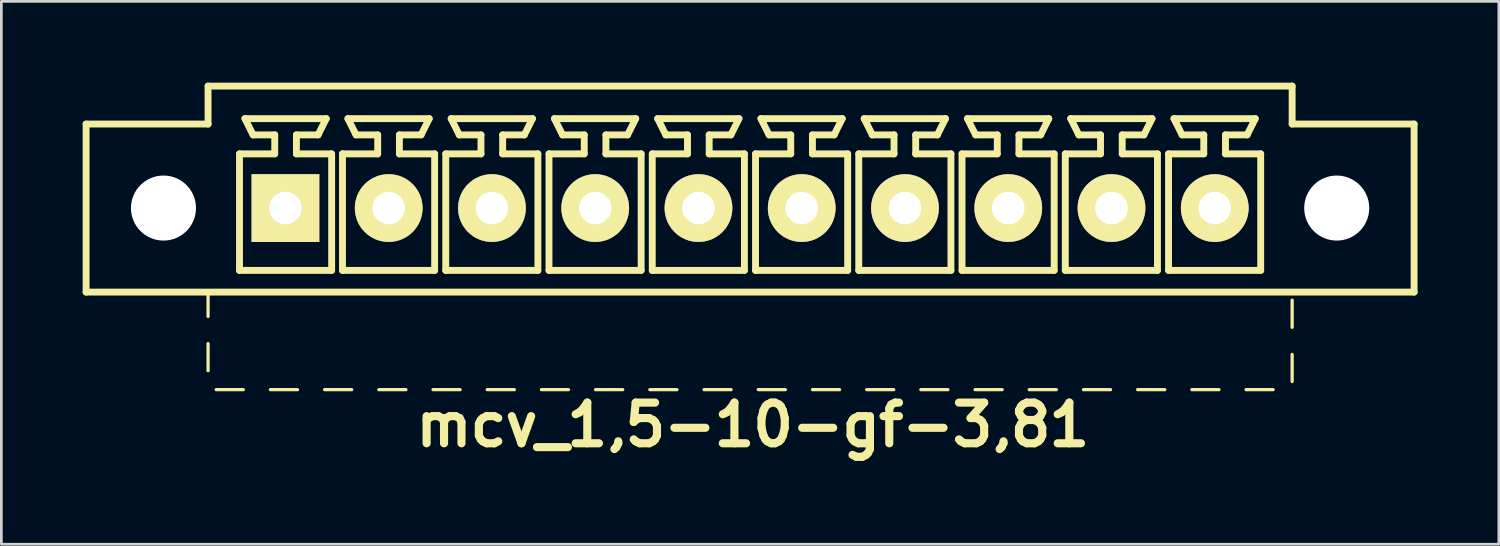
<source format=kicad_pcb>
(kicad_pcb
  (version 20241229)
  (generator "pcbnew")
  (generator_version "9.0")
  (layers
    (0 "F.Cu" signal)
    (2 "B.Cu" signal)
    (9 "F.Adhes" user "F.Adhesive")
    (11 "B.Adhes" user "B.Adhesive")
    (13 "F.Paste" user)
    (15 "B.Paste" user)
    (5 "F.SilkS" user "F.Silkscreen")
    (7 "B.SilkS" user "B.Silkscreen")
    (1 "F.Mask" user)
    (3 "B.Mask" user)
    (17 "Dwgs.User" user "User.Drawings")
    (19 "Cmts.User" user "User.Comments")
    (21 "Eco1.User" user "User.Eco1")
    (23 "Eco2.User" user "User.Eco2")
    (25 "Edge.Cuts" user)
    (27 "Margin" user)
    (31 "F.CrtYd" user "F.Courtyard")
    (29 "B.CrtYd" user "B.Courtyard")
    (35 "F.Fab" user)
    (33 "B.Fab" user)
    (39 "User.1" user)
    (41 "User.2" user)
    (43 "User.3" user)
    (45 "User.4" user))
  (footprint "mcv_1,5-10-gf-3,81"
    (layer "F.Cu")
    (at 24.627 4.627)
    (property "Reference" "mcv_1,5-10-gf-3,81" (at 0.1 8 0) (layer "F.SilkS") (effects (font (size 1.5 1.5) (thickness 0.3))))
    (attr through_hole)
    (fp_line (start -24.5 3.1) (end -24.5 -3.1) (stroke (width 0.254) (type solid)) (layer "F.SilkS"))
    (fp_line (start -24.5 3.1) (end 24.5 3.1) (stroke (width 0.254) (type solid)) (layer "F.SilkS"))
    (fp_line (start -20 -4.5) (end -20 -3.1) (stroke (width 0.254) (type solid)) (layer "F.SilkS"))
    (fp_line (start -20 -4.5) (end 20 -4.5) (stroke (width 0.254) (type solid)) (layer "F.SilkS"))
    (fp_line (start -20 -3.1) (end -24.5 -3.1) (stroke (width 0.254) (type solid)) (layer "F.SilkS"))
    (fp_line (start -20 3.1) (end -20 4) (stroke (width 0.12) (type solid)) (layer "F.SilkS"))
    (fp_line (start -20 5) (end -20 6) (stroke (width 0.12) (type solid)) (layer "F.SilkS"))
    (fp_line (start -19.7 6.7) (end -18.7 6.7) (stroke (width 0.12) (type solid)) (layer "F.SilkS"))
    (fp_line (start -18.84 -2) (end -17.54 -2) (stroke (width 0.254) (type solid)) (layer "F.SilkS"))
    (fp_line (start -18.84 2.3) (end -18.84 -2) (stroke (width 0.254) (type solid)) (layer "F.SilkS"))
    (fp_line (start -18.64 -3.3) (end -15.64 -3.3) (stroke (width 0.254) (type solid)) (layer "F.SilkS"))
    (fp_line (start -18.34 -2.7) (end -18.64 -3.3) (stroke (width 0.254) (type solid)) (layer "F.SilkS"))
    (fp_line (start -17.7 6.7) (end -16.7 6.7) (stroke (width 0.12) (type solid)) (layer "F.SilkS"))
    (fp_line (start -17.54 -2.7) (end -18.34 -2.7) (stroke (width 0.254) (type solid)) (layer "F.SilkS"))
    (fp_line (start -17.54 -2) (end -17.54 -2.7) (stroke (width 0.254) (type solid)) (layer "F.SilkS"))
    (fp_line (start -16.74 -2.7) (end -16.74 -2) (stroke (width 0.254) (type solid)) (layer "F.SilkS"))
    (fp_line (start -16.74 -2) (end -15.44 -2) (stroke (width 0.254) (type solid)) (layer "F.SilkS"))
    (fp_line (start -15.94 -2.7) (end -16.74 -2.7) (stroke (width 0.254) (type solid)) (layer "F.SilkS"))
    (fp_line (start -15.94 -2.7) (end -15.64 -3.3) (stroke (width 0.254) (type solid)) (layer "F.SilkS"))
    (fp_line (start -15.7 6.7) (end -14.7 6.7) (stroke (width 0.12) (type solid)) (layer "F.SilkS"))
    (fp_line (start -15.44 -2) (end -15.44 2.3) (stroke (width 0.254) (type solid)) (layer "F.SilkS"))
    (fp_line (start -15.44 2.3) (end -18.84 2.3) (stroke (width 0.254) (type solid)) (layer "F.SilkS"))
    (fp_line (start -15.04 -2) (end -13.74 -2) (stroke (width 0.254) (type solid)) (layer "F.SilkS"))
    (fp_line (start -15.04 2.3) (end -15.04 -2) (stroke (width 0.254) (type solid)) (layer "F.SilkS"))
    (fp_line (start -14.84 -3.3) (end -11.84 -3.3) (stroke (width 0.254) (type solid)) (layer "F.SilkS"))
    (fp_line (start -14.54 -2.7) (end -14.84 -3.3) (stroke (width 0.254) (type solid)) (layer "F.SilkS"))
    (fp_line (start -13.74 -2.7) (end -14.54 -2.7) (stroke (width 0.254) (type solid)) (layer "F.SilkS"))
    (fp_line (start -13.74 -2) (end -13.74 -2.7) (stroke (width 0.254) (type solid)) (layer "F.SilkS"))
    (fp_line (start -13.7 6.7) (end -12.7 6.7) (stroke (width 0.12) (type solid)) (layer "F.SilkS"))
    (fp_line (start -12.94 -2.7) (end -12.94 -2) (stroke (width 0.254) (type solid)) (layer "F.SilkS"))
    (fp_line (start -12.94 -2) (end -11.64 -2) (stroke (width 0.254) (type solid)) (layer "F.SilkS"))
    (fp_line (start -12.14 -2.7) (end -12.94 -2.7) (stroke (width 0.254) (type solid)) (layer "F.SilkS"))
    (fp_line (start -12.14 -2.7) (end -11.84 -3.3) (stroke (width 0.254) (type solid)) (layer "F.SilkS"))
    (fp_line (start -11.7 6.7) (end -10.7 6.7) (stroke (width 0.12) (type solid)) (layer "F.SilkS"))
    (fp_line (start -11.64 -2) (end -11.64 2.3) (stroke (width 0.254) (type solid)) (layer "F.SilkS"))
    (fp_line (start -11.64 2.3) (end -15.04 2.3) (stroke (width 0.254) (type solid)) (layer "F.SilkS"))
    (fp_line (start -11.23 -2) (end -9.93 -2) (stroke (width 0.254) (type solid)) (layer "F.SilkS"))
    (fp_line (start -11.23 2.3) (end -11.23 -2) (stroke (width 0.254) (type solid)) (layer "F.SilkS"))
    (fp_line (start -11.03 -3.3) (end -8.03 -3.3) (stroke (width 0.254) (type solid)) (layer "F.SilkS"))
    (fp_line (start -10.73 -2.7) (end -11.03 -3.3) (stroke (width 0.254) (type solid)) (layer "F.SilkS"))
    (fp_line (start -9.93 -2.7) (end -10.73 -2.7) (stroke (width 0.254) (type solid)) (layer "F.SilkS"))
    (fp_line (start -9.93 -2) (end -9.93 -2.7) (stroke (width 0.254) (type solid)) (layer "F.SilkS"))
    (fp_line (start -9.7 6.7) (end -8.7 6.7) (stroke (width 0.12) (type solid)) (layer "F.SilkS"))
    (fp_line (start -9.13 -2.7) (end -9.13 -2) (stroke (width 0.254) (type solid)) (layer "F.SilkS"))
    (fp_line (start -9.13 -2) (end -7.83 -2) (stroke (width 0.254) (type solid)) (layer "F.SilkS"))
    (fp_line (start -8.33 -2.7) (end -9.13 -2.7) (stroke (width 0.254) (type solid)) (layer "F.SilkS"))
    (fp_line (start -8.33 -2.7) (end -8.03 -3.3) (stroke (width 0.254) (type solid)) (layer "F.SilkS"))
    (fp_line (start -7.83 -2) (end -7.83 2.3) (stroke (width 0.254) (type solid)) (layer "F.SilkS"))
    (fp_line (start -7.83 2.3) (end -11.23 2.3) (stroke (width 0.254) (type solid)) (layer "F.SilkS"))
    (fp_line (start -7.7 6.7) (end -6.7 6.7) (stroke (width 0.12) (type solid)) (layer "F.SilkS"))
    (fp_line (start -7.42 -2) (end -6.12 -2) (stroke (width 0.254) (type solid)) (layer "F.SilkS"))
    (fp_line (start -7.42 2.3) (end -7.42 -2) (stroke (width 0.254) (type solid)) (layer "F.SilkS"))
    (fp_line (start -7.22 -3.3) (end -4.22 -3.3) (stroke (width 0.254) (type solid)) (layer "F.SilkS"))
    (fp_line (start -6.92 -2.7) (end -7.22 -3.3) (stroke (width 0.254) (type solid)) (layer "F.SilkS"))
    (fp_line (start -6.12 -2.7) (end -6.92 -2.7) (stroke (width 0.254) (type solid)) (layer "F.SilkS"))
    (fp_line (start -6.12 -2) (end -6.12 -2.7) (stroke (width 0.254) (type solid)) (layer "F.SilkS"))
    (fp_line (start -5.7 6.7) (end -4.7 6.7) (stroke (width 0.12) (type solid)) (layer "F.SilkS"))
    (fp_line (start -5.32 -2.7) (end -5.32 -2) (stroke (width 0.254) (type solid)) (layer "F.SilkS"))
    (fp_line (start -5.32 -2) (end -4.02 -2) (stroke (width 0.254) (type solid)) (layer "F.SilkS"))
    (fp_line (start -4.52 -2.7) (end -5.32 -2.7) (stroke (width 0.254) (type solid)) (layer "F.SilkS"))
    (fp_line (start -4.52 -2.7) (end -4.22 -3.3) (stroke (width 0.254) (type solid)) (layer "F.SilkS"))
    (fp_line (start -4.02 -2) (end -4.02 2.3) (stroke (width 0.254) (type solid)) (layer "F.SilkS"))
    (fp_line (start -4.02 2.3) (end -7.42 2.3) (stroke (width 0.254) (type solid)) (layer "F.SilkS"))
    (fp_line (start -3.7 6.7) (end -2.7 6.7) (stroke (width 0.12) (type solid)) (layer "F.SilkS"))
    (fp_line (start -3.61 -2) (end -2.31 -2) (stroke (width 0.254) (type solid)) (layer "F.SilkS"))
    (fp_line (start -3.61 2.3) (end -3.61 -2) (stroke (width 0.254) (type solid)) (layer "F.SilkS"))
    (fp_line (start -3.41 -3.3) (end -0.41 -3.3) (stroke (width 0.254) (type solid)) (layer "F.SilkS"))
    (fp_line (start -3.11 -2.7) (end -3.41 -3.3) (stroke (width 0.254) (type solid)) (layer "F.SilkS"))
    (fp_line (start -2.31 -2.7) (end -3.11 -2.7) (stroke (width 0.254) (type solid)) (layer "F.SilkS"))
    (fp_line (start -2.31 -2) (end -2.31 -2.7) (stroke (width 0.254) (type solid)) (layer "F.SilkS"))
    (fp_line (start -1.7 6.7) (end -0.7 6.7) (stroke (width 0.12) (type solid)) (layer "F.SilkS"))
    (fp_line (start -1.51 -2.7) (end -1.51 -2) (stroke (width 0.254) (type solid)) (layer "F.SilkS"))
    (fp_line (start -1.51 -2) (end -0.21 -2) (stroke (width 0.254) (type solid)) (layer "F.SilkS"))
    (fp_line (start -0.71 -2.7) (end -1.51 -2.7) (stroke (width 0.254) (type solid)) (layer "F.SilkS"))
    (fp_line (start -0.71 -2.7) (end -0.41 -3.3) (stroke (width 0.254) (type solid)) (layer "F.SilkS"))
    (fp_line (start -0.21 -2) (end -0.21 2.3) (stroke (width 0.254) (type solid)) (layer "F.SilkS"))
    (fp_line (start -0.21 2.3) (end -3.61 2.3) (stroke (width 0.254) (type solid)) (layer "F.SilkS"))
    (fp_line (start 0.2 -2) (end 1.5 -2) (stroke (width 0.254) (type solid)) (layer "F.SilkS"))
    (fp_line (start 0.2 2.3) (end 0.2 -2) (stroke (width 0.254) (type solid)) (layer "F.SilkS"))
    (fp_line (start 0.3 6.7) (end 1.3 6.7) (stroke (width 0.12) (type solid)) (layer "F.SilkS"))
    (fp_line (start 0.4 -3.3) (end 3.4 -3.3) (stroke (width 0.254) (type solid)) (layer "F.SilkS"))
    (fp_line (start 0.7 -2.7) (end 0.4 -3.3) (stroke (width 0.254) (type solid)) (layer "F.SilkS"))
    (fp_line (start 1.5 -2.7) (end 0.7 -2.7) (stroke (width 0.254) (type solid)) (layer "F.SilkS"))
    (fp_line (start 1.5 -2) (end 1.5 -2.7) (stroke (width 0.254) (type solid)) (layer "F.SilkS"))
    (fp_line (start 2.3 -2.7) (end 2.3 -2) (stroke (width 0.254) (type solid)) (layer "F.SilkS"))
    (fp_line (start 2.3 -2) (end 3.6 -2) (stroke (width 0.254) (type solid)) (layer "F.SilkS"))
    (fp_line (start 2.3 6.7) (end 3.3 6.7) (stroke (width 0.12) (type solid)) (layer "F.SilkS"))
    (fp_line (start 3.1 -2.7) (end 2.3 -2.7) (stroke (width 0.254) (type solid)) (layer "F.SilkS"))
    (fp_line (start 3.1 -2.7) (end 3.4 -3.3) (stroke (width 0.254) (type solid)) (layer "F.SilkS"))
    (fp_line (start 3.6 -2) (end 3.6 2.3) (stroke (width 0.254) (type solid)) (layer "F.SilkS"))
    (fp_line (start 3.6 2.3) (end 0.2 2.3) (stroke (width 0.254) (type solid)) (layer "F.SilkS"))
    (fp_line (start 4.01 -2) (end 5.31 -2) (stroke (width 0.254) (type solid)) (layer "F.SilkS"))
    (fp_line (start 4.01 2.3) (end 4.01 -2) (stroke (width 0.254) (type solid)) (layer "F.SilkS"))
    (fp_line (start 4.21 -3.3) (end 7.21 -3.3) (stroke (width 0.254) (type solid)) (layer "F.SilkS"))
    (fp_line (start 4.3 6.7) (end 5.3 6.7) (stroke (width 0.12) (type solid)) (layer "F.SilkS"))
    (fp_line (start 4.51 -2.7) (end 4.21 -3.3) (stroke (width 0.254) (type solid)) (layer "F.SilkS"))
    (fp_line (start 5.31 -2.7) (end 4.51 -2.7) (stroke (width 0.254) (type solid)) (layer "F.SilkS"))
    (fp_line (start 5.31 -2) (end 5.31 -2.7) (stroke (width 0.254) (type solid)) (layer "F.SilkS"))
    (fp_line (start 6.11 -2.7) (end 6.11 -2) (stroke (width 0.254) (type solid)) (layer "F.SilkS"))
    (fp_line (start 6.11 -2) (end 7.41 -2) (stroke (width 0.254) (type solid)) (layer "F.SilkS"))
    (fp_line (start 6.3 6.7) (end 7.3 6.7) (stroke (width 0.12) (type solid)) (layer "F.SilkS"))
    (fp_line (start 6.91 -2.7) (end 6.11 -2.7) (stroke (width 0.254) (type solid)) (layer "F.SilkS"))
    (fp_line (start 6.91 -2.7) (end 7.21 -3.3) (stroke (width 0.254) (type solid)) (layer "F.SilkS"))
    (fp_line (start 7.41 -2) (end 7.41 2.3) (stroke (width 0.254) (type solid)) (layer "F.SilkS"))
    (fp_line (start 7.41 2.3) (end 4.01 2.3) (stroke (width 0.254) (type solid)) (layer "F.SilkS"))
    (fp_line (start 7.82 -2) (end 9.12 -2) (stroke (width 0.254) (type solid)) (layer "F.SilkS"))
    (fp_line (start 7.82 2.3) (end 7.82 -2) (stroke (width 0.254) (type solid)) (layer "F.SilkS"))
    (fp_line (start 8.02 -3.3) (end 11.02 -3.3) (stroke (width 0.254) (type solid)) (layer "F.SilkS"))
    (fp_line (start 8.3 6.7) (end 9.3 6.7) (stroke (width 0.12) (type solid)) (layer "F.SilkS"))
    (fp_line (start 8.32 -2.7) (end 8.02 -3.3) (stroke (width 0.254) (type solid)) (layer "F.SilkS"))
    (fp_line (start 9.12 -2.7) (end 8.32 -2.7) (stroke (width 0.254) (type solid)) (layer "F.SilkS"))
    (fp_line (start 9.12 -2) (end 9.12 -2.7) (stroke (width 0.254) (type solid)) (layer "F.SilkS"))
    (fp_line (start 9.92 -2.7) (end 9.92 -2) (stroke (width 0.254) (type solid)) (layer "F.SilkS"))
    (fp_line (start 9.92 -2) (end 11.22 -2) (stroke (width 0.254) (type solid)) (layer "F.SilkS"))
    (fp_line (start 10.3 6.7) (end 11.3 6.7) (stroke (width 0.12) (type solid)) (layer "F.SilkS"))
    (fp_line (start 10.72 -2.7) (end 9.92 -2.7) (stroke (width 0.254) (type solid)) (layer "F.SilkS"))
    (fp_line (start 10.72 -2.7) (end 11.02 -3.3) (stroke (width 0.254) (type solid)) (layer "F.SilkS"))
    (fp_line (start 11.22 -2) (end 11.22 2.3) (stroke (width 0.254) (type solid)) (layer "F.SilkS"))
    (fp_line (start 11.22 2.3) (end 7.82 2.3) (stroke (width 0.254) (type solid)) (layer "F.SilkS"))
    (fp_line (start 11.63 -2) (end 12.93 -2) (stroke (width 0.254) (type solid)) (layer "F.SilkS"))
    (fp_line (start 11.63 2.3) (end 11.63 -2) (stroke (width 0.254) (type solid)) (layer "F.SilkS"))
    (fp_line (start 11.83 -3.3) (end 14.83 -3.3) (stroke (width 0.254) (type solid)) (layer "F.SilkS"))
    (fp_line (start 12.13 -2.7) (end 11.83 -3.3) (stroke (width 0.254) (type solid)) (layer "F.SilkS"))
    (fp_line (start 12.3 6.7) (end 13.3 6.7) (stroke (width 0.12) (type solid)) (layer "F.SilkS"))
    (fp_line (start 12.93 -2.7) (end 12.13 -2.7) (stroke (width 0.254) (type solid)) (layer "F.SilkS"))
    (fp_line (start 12.93 -2) (end 12.93 -2.7) (stroke (width 0.254) (type solid)) (layer "F.SilkS"))
    (fp_line (start 13.73 -2.7) (end 13.73 -2) (stroke (width 0.254) (type solid)) (layer "F.SilkS"))
    (fp_line (start 13.73 -2) (end 15.03 -2) (stroke (width 0.254) (type solid)) (layer "F.SilkS"))
    (fp_line (start 14.3 6.7) (end 15.3 6.7) (stroke (width 0.12) (type solid)) (layer "F.SilkS"))
    (fp_line (start 14.53 -2.7) (end 13.73 -2.7) (stroke (width 0.254) (type solid)) (layer "F.SilkS"))
    (fp_line (start 14.53 -2.7) (end 14.83 -3.3) (stroke (width 0.254) (type solid)) (layer "F.SilkS"))
    (fp_line (start 15.03 -2) (end 15.03 2.3) (stroke (width 0.254) (type solid)) (layer "F.SilkS"))
    (fp_line (start 15.03 2.3) (end 11.63 2.3) (stroke (width 0.254) (type solid)) (layer "F.SilkS"))
    (fp_line (start 15.44 -2) (end 16.74 -2) (stroke (width 0.254) (type solid)) (layer "F.SilkS"))
    (fp_line (start 15.44 2.3) (end 15.44 -2) (stroke (width 0.254) (type solid)) (layer "F.SilkS"))
    (fp_line (start 15.64 -3.3) (end 18.64 -3.3) (stroke (width 0.254) (type solid)) (layer "F.SilkS"))
    (fp_line (start 15.94 -2.7) (end 15.64 -3.3) (stroke (width 0.254) (type solid)) (layer "F.SilkS"))
    (fp_line (start 16.3 6.7) (end 17.3 6.7) (stroke (width 0.12) (type solid)) (layer "F.SilkS"))
    (fp_line (start 16.74 -2.7) (end 15.94 -2.7) (stroke (width 0.254) (type solid)) (layer "F.SilkS"))
    (fp_line (start 16.74 -2) (end 16.74 -2.7) (stroke (width 0.254) (type solid)) (layer "F.SilkS"))
    (fp_line (start 17.54 -2.7) (end 17.54 -2) (stroke (width 0.254) (type solid)) (layer "F.SilkS"))
    (fp_line (start 17.54 -2) (end 18.84 -2) (stroke (width 0.254) (type solid)) (layer "F.SilkS"))
    (fp_line (start 18.3 6.7) (end 19.3 6.7) (stroke (width 0.12) (type solid)) (layer "F.SilkS"))
    (fp_line (start 18.34 -2.7) (end 17.54 -2.7) (stroke (width 0.254) (type solid)) (layer "F.SilkS"))
    (fp_line (start 18.34 -2.7) (end 18.64 -3.3) (stroke (width 0.254) (type solid)) (layer "F.SilkS"))
    (fp_line (start 18.84 -2) (end 18.84 2.3) (stroke (width 0.254) (type solid)) (layer "F.SilkS"))
    (fp_line (start 18.84 2.3) (end 15.44 2.3) (stroke (width 0.254) (type solid)) (layer "F.SilkS"))
    (fp_line (start 20 -4.5) (end 20 -3.1) (stroke (width 0.254) (type solid)) (layer "F.SilkS"))
    (fp_line (start 20 -3.1) (end 24.5 -3.1) (stroke (width 0.254) (type solid)) (layer "F.SilkS"))
    (fp_line (start 20 4.4) (end 20 3.4) (stroke (width 0.12) (type solid)) (layer "F.SilkS"))
    (fp_line (start 20 6.4) (end 20 5.4) (stroke (width 0.12) (type solid)) (layer "F.SilkS"))
    (fp_line (start 24.5 3.1) (end 24.5 -3.1) (stroke (width 0.254) (type solid)) (layer "F.SilkS"))
    (pad "" np_thru_hole circle (at -21.645 0) (size 2.4 2.4) (drill 2.4) (layers "*.Cu" "*.Mask"))
    (pad "" np_thru_hole circle (at 21.645 0) (size 2.4 2.4) (drill 2.4) (layers "*.Cu" "*.Mask"))
    (pad "1" thru_hole rect (at -17.145 0) (size 2.5 2.5) (drill 1.2) (layers "*.Cu" "*.Mask" "F.SilkS"))
    (pad "2" thru_hole circle (at -13.335 0) (size 2.5 2.5) (drill 1.2) (layers "*.Cu" "*.Mask" "F.SilkS"))
    (pad "3" thru_hole circle (at -9.525 0) (size 2.5 2.5) (drill 1.2) (layers "*.Cu" "*.Mask" "F.SilkS"))
    (pad "4" thru_hole circle (at -5.715 0) (size 2.5 2.5) (drill 1.2) (layers "*.Cu" "*.Mask" "F.SilkS"))
    (pad "5" thru_hole circle (at -1.905 0) (size 2.5 2.5) (drill 1.2) (layers "*.Cu" "*.Mask" "F.SilkS"))
    (pad "6" thru_hole circle (at 1.905 0) (size 2.5 2.5) (drill 1.2) (layers "*.Cu" "*.Mask" "F.SilkS"))
    (pad "7" thru_hole circle (at 5.715 0) (size 2.5 2.5) (drill 1.2) (layers "*.Cu" "*.Mask" "F.SilkS"))
    (pad "8" thru_hole circle (at 9.525 0) (size 2.5 2.5) (drill 1.2) (layers "*.Cu" "*.Mask" "F.SilkS"))
    (pad "9" thru_hole circle (at 13.335 0) (size 2.5 2.5) (drill 1.2) (layers "*.Cu" "*.Mask" "F.SilkS"))
    (pad "10" thru_hole circle (at 17.145 0) (size 2.5 2.5) (drill 1.2) (layers "*.Cu" "*.Mask" "F.SilkS")))
  (gr_rect
    (start -3 -3)
    (end 52.254 17.031)
    (stroke (width 0.1) (type default))
    (fill no)
    (layer "Edge.Cuts")))
</source>
